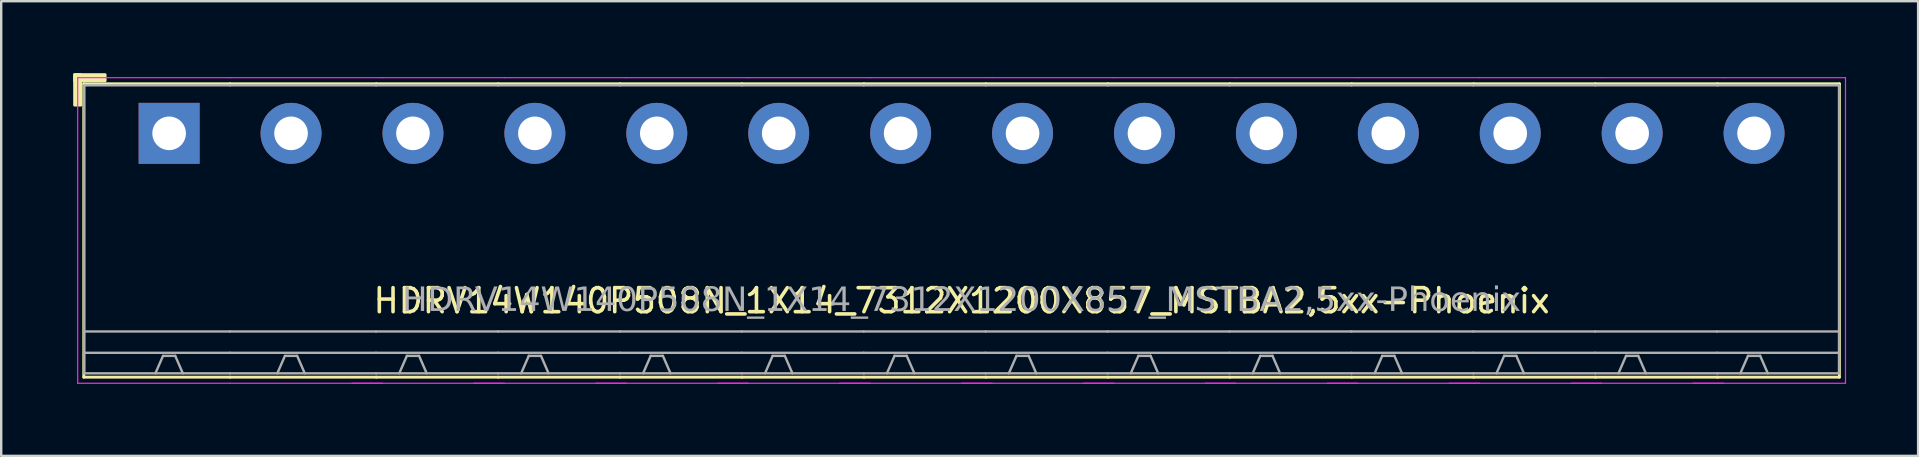
<source format=kicad_pcb>
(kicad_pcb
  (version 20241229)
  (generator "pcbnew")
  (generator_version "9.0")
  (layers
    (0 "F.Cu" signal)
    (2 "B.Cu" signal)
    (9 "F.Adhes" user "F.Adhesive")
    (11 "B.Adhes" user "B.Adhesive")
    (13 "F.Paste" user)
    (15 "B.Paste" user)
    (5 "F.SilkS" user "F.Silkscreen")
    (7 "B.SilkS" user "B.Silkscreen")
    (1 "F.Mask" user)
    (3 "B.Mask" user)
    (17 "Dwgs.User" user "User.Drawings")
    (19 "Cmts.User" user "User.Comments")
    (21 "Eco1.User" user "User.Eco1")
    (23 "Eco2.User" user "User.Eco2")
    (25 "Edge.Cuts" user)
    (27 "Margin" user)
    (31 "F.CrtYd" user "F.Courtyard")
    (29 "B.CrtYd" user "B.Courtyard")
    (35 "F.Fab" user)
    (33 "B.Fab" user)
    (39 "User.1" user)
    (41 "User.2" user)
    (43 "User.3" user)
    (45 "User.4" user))
  (footprint "HDRV14W140P508N_1X14_7312X1200X857_MSTBA2,5xx-Phoenix"
    (layer "F.Cu")
    (at 37.017 2.506)
    (property "Reference" "HDRV14W140P508N_1X14_7312X1200X857_MSTBA2,5xx-Phoenix" (at 0 6.975 0) (layer "F.SilkS") (effects (font (size 1 1) (thickness 0.15))))
    (attr through_hole)
    (fp_line (start -36.576 -2.065) (end -36.576 10.16) (stroke (width 0.12) (type solid)) (layer "F.SilkS"))
    (fp_line (start -36.576 10.16) (end -30.48 10.16) (stroke (width 0.12) (type solid)) (layer "F.SilkS"))
    (fp_line (start -30.48 -2.065) (end -36.576 -2.065) (stroke (width 0.12) (type solid)) (layer "F.SilkS"))
    (fp_line (start -30.48 -2.065) (end -24.384 -2.065) (stroke (width 0.12) (type solid)) (layer "F.SilkS"))
    (fp_line (start -24.384 -2.065) (end -19.304 -2.065) (stroke (width 0.12) (type solid)) (layer "F.SilkS"))
    (fp_line (start -24.384 10.16) (end -30.48 10.16) (stroke (width 0.12) (type solid)) (layer "F.SilkS"))
    (fp_line (start -19.304 -2.065) (end -14.224 -2.065) (stroke (width 0.12) (type solid)) (layer "F.SilkS"))
    (fp_line (start -19.304 10.16) (end -24.384 10.16) (stroke (width 0.12) (type solid)) (layer "F.SilkS"))
    (fp_line (start -14.224 -2.065) (end -9.144 -2.065) (stroke (width 0.12) (type solid)) (layer "F.SilkS"))
    (fp_line (start -14.224 10.16) (end -19.304 10.16) (stroke (width 0.12) (type solid)) (layer "F.SilkS"))
    (fp_line (start -9.144 -2.065) (end -4.064 -2.065) (stroke (width 0.12) (type solid)) (layer "F.SilkS"))
    (fp_line (start -9.144 10.16) (end -14.224 10.16) (stroke (width 0.12) (type solid)) (layer "F.SilkS"))
    (fp_line (start -4.064 -2.065) (end 1.016 -2.065) (stroke (width 0.12) (type solid)) (layer "F.SilkS"))
    (fp_line (start -4.064 10.16) (end -9.144 10.16) (stroke (width 0.12) (type solid)) (layer "F.SilkS"))
    (fp_line (start 1.016 -2.065) (end 6.096 -2.065) (stroke (width 0.12) (type solid)) (layer "F.SilkS"))
    (fp_line (start 1.016 10.16) (end -4.064 10.16) (stroke (width 0.12) (type solid)) (layer "F.SilkS"))
    (fp_line (start 6.096 -2.065) (end 11.176 -2.065) (stroke (width 0.12) (type solid)) (layer "F.SilkS"))
    (fp_line (start 6.096 10.16) (end 1.016 10.16) (stroke (width 0.12) (type solid)) (layer "F.SilkS"))
    (fp_line (start 11.176 -2.065) (end 16.256 -2.065) (stroke (width 0.12) (type solid)) (layer "F.SilkS"))
    (fp_line (start 11.176 10.16) (end 6.096 10.16) (stroke (width 0.12) (type solid)) (layer "F.SilkS"))
    (fp_line (start 16.256 -2.065) (end 21.336 -2.065) (stroke (width 0.12) (type solid)) (layer "F.SilkS"))
    (fp_line (start 16.256 10.16) (end 11.176 10.16) (stroke (width 0.12) (type solid)) (layer "F.SilkS"))
    (fp_line (start 21.336 -2.065) (end 26.416 -2.065) (stroke (width 0.12) (type solid)) (layer "F.SilkS"))
    (fp_line (start 21.336 10.16) (end 16.256 10.16) (stroke (width 0.12) (type solid)) (layer "F.SilkS"))
    (fp_line (start 26.416 -2.065) (end 31.496 -2.065) (stroke (width 0.12) (type solid)) (layer "F.SilkS"))
    (fp_line (start 26.416 10.16) (end 21.336 10.16) (stroke (width 0.12) (type solid)) (layer "F.SilkS"))
    (fp_line (start 31.496 -2.065) (end 36.576 -2.065) (stroke (width 0.12) (type solid)) (layer "F.SilkS"))
    (fp_line (start 31.496 10.16) (end 26.416 10.16) (stroke (width 0.12) (type solid)) (layer "F.SilkS"))
    (fp_line (start 36.576 -2.065) (end 36.576 10.16) (stroke (width 0.12) (type solid)) (layer "F.SilkS"))
    (fp_line (start 36.576 10.16) (end 31.496 10.16) (stroke (width 0.12) (type solid)) (layer "F.SilkS"))
    (fp_rect (start -36.957 -2.446) (end -36.703 -1.176) (stroke (width 0.12) (type solid)) (fill yes) (layer "F.SilkS"))
    (fp_rect (start -36.957 -2.446) (end -35.687 -2.192) (stroke (width 0.12) (type solid)) (fill yes) (layer "F.SilkS"))
    (fp_line (start -36.83 10.414) (end -36.83 -2.319) (stroke (width 0.05) (type solid)) (layer "F.CrtYd"))
    (fp_line (start -30.48 -2.319) (end -36.83 -2.319) (stroke (width 0.05) (type solid)) (layer "F.CrtYd"))
    (fp_line (start -30.48 -2.319) (end -24.13 -2.319) (stroke (width 0.05) (type solid)) (layer "F.CrtYd"))
    (fp_line (start -30.48 10.414) (end -36.83 10.414) (stroke (width 0.05) (type solid)) (layer "F.CrtYd"))
    (fp_line (start -30.48 10.414) (end -24.13 10.414) (stroke (width 0.05) (type solid)) (layer "F.CrtYd"))
    (fp_line (start -25.4 10.414) (end -19.05 10.414) (stroke (width 0.05) (type solid)) (layer "F.CrtYd"))
    (fp_line (start -24.13 -2.319) (end -19.05 -2.319) (stroke (width 0.05) (type solid)) (layer "F.CrtYd"))
    (fp_line (start -20.32 10.414) (end -13.97 10.414) (stroke (width 0.05) (type solid)) (layer "F.CrtYd"))
    (fp_line (start -19.05 -2.319) (end -13.97 -2.319) (stroke (width 0.05) (type solid)) (layer "F.CrtYd"))
    (fp_line (start -15.24 10.414) (end -8.89 10.414) (stroke (width 0.05) (type solid)) (layer "F.CrtYd"))
    (fp_line (start -13.97 -2.319) (end -8.89 -2.319) (stroke (width 0.05) (type solid)) (layer "F.CrtYd"))
    (fp_line (start -10.16 10.414) (end -3.81 10.414) (stroke (width 0.05) (type solid)) (layer "F.CrtYd"))
    (fp_line (start -8.89 -2.319) (end -3.81 -2.319) (stroke (width 0.05) (type solid)) (layer "F.CrtYd"))
    (fp_line (start -5.08 10.414) (end 1.27 10.414) (stroke (width 0.05) (type solid)) (layer "F.CrtYd"))
    (fp_line (start -3.81 -2.319) (end 1.27 -2.319) (stroke (width 0.05) (type solid)) (layer "F.CrtYd"))
    (fp_line (start 0 10.414) (end 6.35 10.414) (stroke (width 0.05) (type solid)) (layer "F.CrtYd"))
    (fp_line (start 1.27 -2.319) (end 6.35 -2.319) (stroke (width 0.05) (type solid)) (layer "F.CrtYd"))
    (fp_line (start 5.08 10.414) (end 11.43 10.414) (stroke (width 0.05) (type solid)) (layer "F.CrtYd"))
    (fp_line (start 6.35 -2.319) (end 11.43 -2.319) (stroke (width 0.05) (type solid)) (layer "F.CrtYd"))
    (fp_line (start 10.16 10.414) (end 16.51 10.414) (stroke (width 0.05) (type solid)) (layer "F.CrtYd"))
    (fp_line (start 11.43 -2.319) (end 16.51 -2.319) (stroke (width 0.05) (type solid)) (layer "F.CrtYd"))
    (fp_line (start 15.24 10.414) (end 21.59 10.414) (stroke (width 0.05) (type solid)) (layer "F.CrtYd"))
    (fp_line (start 16.51 -2.319) (end 21.59 -2.319) (stroke (width 0.05) (type solid)) (layer "F.CrtYd"))
    (fp_line (start 20.32 10.414) (end 26.67 10.414) (stroke (width 0.05) (type solid)) (layer "F.CrtYd"))
    (fp_line (start 21.59 -2.319) (end 26.67 -2.319) (stroke (width 0.05) (type solid)) (layer "F.CrtYd"))
    (fp_line (start 25.4 10.414) (end 31.75 10.414) (stroke (width 0.05) (type solid)) (layer "F.CrtYd"))
    (fp_line (start 26.67 -2.319) (end 31.75 -2.319) (stroke (width 0.05) (type solid)) (layer "F.CrtYd"))
    (fp_line (start 30.48 10.414) (end 36.83 10.414) (stroke (width 0.05) (type solid)) (layer "F.CrtYd"))
    (fp_line (start 31.75 -2.319) (end 36.83 -2.319) (stroke (width 0.05) (type solid)) (layer "F.CrtYd"))
    (fp_line (start 36.83 10.414) (end 36.83 -2.319) (stroke (width 0.05) (type solid)) (layer "F.CrtYd"))
    (fp_line (start -36.56 -2) (end -36.56 10) (stroke (width 0.1) (type solid)) (layer "F.Fab"))
    (fp_line (start -33.274 9.271) (end -33.592 10) (stroke (width 0.1) (type default)) (layer "F.Fab"))
    (fp_line (start -32.766 9.271) (end -33.274 9.271) (stroke (width 0.1) (type default)) (layer "F.Fab"))
    (fp_line (start -32.766 9.271) (end -32.449 10) (stroke (width 0.1) (type default)) (layer "F.Fab"))
    (fp_line (start -30.48 -2) (end -36.56 -2) (stroke (width 0.1) (type solid)) (layer "F.Fab"))
    (fp_line (start -30.48 -2) (end -24.4 -2) (stroke (width 0.1) (type solid)) (layer "F.Fab"))
    (fp_line (start -30.48 8.255) (end -36.56 8.255) (stroke (width 0.1) (type solid)) (layer "F.Fab"))
    (fp_line (start -30.48 8.255) (end -24.4 8.255) (stroke (width 0.1) (type solid)) (layer "F.Fab"))
    (fp_line (start -30.48 9.144) (end -36.56 9.144) (stroke (width 0.1) (type solid)) (layer "F.Fab"))
    (fp_line (start -30.48 9.144) (end -24.4 9.144) (stroke (width 0.1) (type solid)) (layer "F.Fab"))
    (fp_line (start -30.48 10) (end -36.56 10) (stroke (width 0.1) (type solid)) (layer "F.Fab"))
    (fp_line (start -30.48 10) (end -24.4 10) (stroke (width 0.1) (type solid)) (layer "F.Fab"))
    (fp_line (start -28.194 9.271) (end -28.512 10) (stroke (width 0.1) (type default)) (layer "F.Fab"))
    (fp_line (start -27.686 9.271) (end -28.194 9.271) (stroke (width 0.1) (type default)) (layer "F.Fab"))
    (fp_line (start -27.686 9.271) (end -27.369 10) (stroke (width 0.1) (type default)) (layer "F.Fab"))
    (fp_line (start -24.4 -2) (end -19.32 -2) (stroke (width 0.1) (type solid)) (layer "F.Fab"))
    (fp_line (start -24.4 8.255) (end -19.32 8.255) (stroke (width 0.1) (type solid)) (layer "F.Fab"))
    (fp_line (start -24.4 9.144) (end -19.32 9.144) (stroke (width 0.1) (type solid)) (layer "F.Fab"))
    (fp_line (start -24.4 10) (end -19.32 10) (stroke (width 0.1) (type solid)) (layer "F.Fab"))
    (fp_line (start -23.114 9.271) (end -23.431 10) (stroke (width 0.1) (type default)) (layer "F.Fab"))
    (fp_line (start -22.606 9.271) (end -23.114 9.271) (stroke (width 0.1) (type default)) (layer "F.Fab"))
    (fp_line (start -22.606 9.271) (end -22.288 10) (stroke (width 0.1) (type default)) (layer "F.Fab"))
    (fp_line (start -19.32 -2) (end -14.24 -2) (stroke (width 0.1) (type solid)) (layer "F.Fab"))
    (fp_line (start -19.32 8.255) (end -14.24 8.255) (stroke (width 0.1) (type solid)) (layer "F.Fab"))
    (fp_line (start -19.32 9.144) (end -14.24 9.144) (stroke (width 0.1) (type solid)) (layer "F.Fab"))
    (fp_line (start -19.32 10) (end -14.24 10) (stroke (width 0.1) (type solid)) (layer "F.Fab"))
    (fp_line (start -18.034 9.271) (end -18.352 10) (stroke (width 0.1) (type default)) (layer "F.Fab"))
    (fp_line (start -17.526 9.271) (end -18.034 9.271) (stroke (width 0.1) (type default)) (layer "F.Fab"))
    (fp_line (start -17.526 9.271) (end -17.209 10) (stroke (width 0.1) (type default)) (layer "F.Fab"))
    (fp_line (start -14.24 -2) (end -9.16 -2) (stroke (width 0.1) (type solid)) (layer "F.Fab"))
    (fp_line (start -14.24 8.255) (end -9.16 8.255) (stroke (width 0.1) (type solid)) (layer "F.Fab"))
    (fp_line (start -14.24 9.144) (end -9.16 9.144) (stroke (width 0.1) (type solid)) (layer "F.Fab"))
    (fp_line (start -14.24 10) (end -9.16 10) (stroke (width 0.1) (type solid)) (layer "F.Fab"))
    (fp_line (start -12.954 9.271) (end -13.271 10) (stroke (width 0.1) (type default)) (layer "F.Fab"))
    (fp_line (start -12.446 9.271) (end -12.954 9.271) (stroke (width 0.1) (type default)) (layer "F.Fab"))
    (fp_line (start -12.446 9.271) (end -12.129 10) (stroke (width 0.1) (type default)) (layer "F.Fab"))
    (fp_line (start -9.16 -2) (end -4.08 -2) (stroke (width 0.1) (type solid)) (layer "F.Fab"))
    (fp_line (start -9.16 8.255) (end -4.08 8.255) (stroke (width 0.1) (type solid)) (layer "F.Fab"))
    (fp_line (start -9.16 9.144) (end -4.08 9.144) (stroke (width 0.1) (type solid)) (layer "F.Fab"))
    (fp_line (start -9.16 10) (end -4.08 10) (stroke (width 0.1) (type solid)) (layer "F.Fab"))
    (fp_line (start -7.874 9.271) (end -8.191 10) (stroke (width 0.1) (type default)) (layer "F.Fab"))
    (fp_line (start -7.366 9.271) (end -7.874 9.271) (stroke (width 0.1) (type default)) (layer "F.Fab"))
    (fp_line (start -7.366 9.271) (end -7.048 10) (stroke (width 0.1) (type default)) (layer "F.Fab"))
    (fp_line (start -4.08 -2) (end 1 -2) (stroke (width 0.1) (type solid)) (layer "F.Fab"))
    (fp_line (start -4.08 8.255) (end 1 8.255) (stroke (width 0.1) (type solid)) (layer "F.Fab"))
    (fp_line (start -4.08 9.144) (end 1 9.144) (stroke (width 0.1) (type solid)) (layer "F.Fab"))
    (fp_line (start -4.08 10) (end 1 10) (stroke (width 0.1) (type solid)) (layer "F.Fab"))
    (fp_line (start -2.794 9.271) (end -3.111 10) (stroke (width 0.1) (type default)) (layer "F.Fab"))
    (fp_line (start -2.286 9.271) (end -2.794 9.271) (stroke (width 0.1) (type default)) (layer "F.Fab"))
    (fp_line (start -2.286 9.271) (end -1.968 10) (stroke (width 0.1) (type default)) (layer "F.Fab"))
    (fp_line (start 1 -2) (end 6.08 -2) (stroke (width 0.1) (type solid)) (layer "F.Fab"))
    (fp_line (start 1 8.255) (end 6.08 8.255) (stroke (width 0.1) (type solid)) (layer "F.Fab"))
    (fp_line (start 1 9.144) (end 6.08 9.144) (stroke (width 0.1) (type solid)) (layer "F.Fab"))
    (fp_line (start 1 10) (end 6.08 10) (stroke (width 0.1) (type solid)) (layer "F.Fab"))
    (fp_line (start 2.286 9.271) (end 1.968 10) (stroke (width 0.1) (type default)) (layer "F.Fab"))
    (fp_line (start 2.794 9.271) (end 2.286 9.271) (stroke (width 0.1) (type default)) (layer "F.Fab"))
    (fp_line (start 2.794 9.271) (end 3.111 10) (stroke (width 0.1) (type default)) (layer "F.Fab"))
    (fp_line (start 6.08 -2) (end 11.16 -2) (stroke (width 0.1) (type solid)) (layer "F.Fab"))
    (fp_line (start 6.08 8.255) (end 11.16 8.255) (stroke (width 0.1) (type solid)) (layer "F.Fab"))
    (fp_line (start 6.08 9.144) (end 11.16 9.144) (stroke (width 0.1) (type solid)) (layer "F.Fab"))
    (fp_line (start 6.08 10) (end 11.16 10) (stroke (width 0.1) (type solid)) (layer "F.Fab"))
    (fp_line (start 7.366 9.271) (end 7.048 10) (stroke (width 0.1) (type default)) (layer "F.Fab"))
    (fp_line (start 7.874 9.271) (end 7.366 9.271) (stroke (width 0.1) (type default)) (layer "F.Fab"))
    (fp_line (start 7.874 9.271) (end 8.191 10) (stroke (width 0.1) (type default)) (layer "F.Fab"))
    (fp_line (start 11.16 -2) (end 16.24 -2) (stroke (width 0.1) (type solid)) (layer "F.Fab"))
    (fp_line (start 11.16 8.255) (end 16.24 8.255) (stroke (width 0.1) (type solid)) (layer "F.Fab"))
    (fp_line (start 11.16 9.144) (end 16.24 9.144) (stroke (width 0.1) (type solid)) (layer "F.Fab"))
    (fp_line (start 11.16 10) (end 16.24 10) (stroke (width 0.1) (type solid)) (layer "F.Fab"))
    (fp_line (start 12.446 9.271) (end 12.129 10) (stroke (width 0.1) (type default)) (layer "F.Fab"))
    (fp_line (start 12.954 9.271) (end 12.446 9.271) (stroke (width 0.1) (type default)) (layer "F.Fab"))
    (fp_line (start 12.954 9.271) (end 13.271 10) (stroke (width 0.1) (type default)) (layer "F.Fab"))
    (fp_line (start 16.24 -2) (end 21.32 -2) (stroke (width 0.1) (type solid)) (layer "F.Fab"))
    (fp_line (start 16.24 8.255) (end 21.32 8.255) (stroke (width 0.1) (type solid)) (layer "F.Fab"))
    (fp_line (start 16.24 9.144) (end 21.32 9.144) (stroke (width 0.1) (type solid)) (layer "F.Fab"))
    (fp_line (start 16.24 10) (end 21.32 10) (stroke (width 0.1) (type solid)) (layer "F.Fab"))
    (fp_line (start 17.526 9.271) (end 17.209 10) (stroke (width 0.1) (type default)) (layer "F.Fab"))
    (fp_line (start 18.034 9.271) (end 17.526 9.271) (stroke (width 0.1) (type default)) (layer "F.Fab"))
    (fp_line (start 18.034 9.271) (end 18.352 10) (stroke (width 0.1) (type default)) (layer "F.Fab"))
    (fp_line (start 21.32 -2) (end 26.4 -2) (stroke (width 0.1) (type solid)) (layer "F.Fab"))
    (fp_line (start 21.32 8.255) (end 26.4 8.255) (stroke (width 0.1) (type solid)) (layer "F.Fab"))
    (fp_line (start 21.32 9.144) (end 26.4 9.144) (stroke (width 0.1) (type solid)) (layer "F.Fab"))
    (fp_line (start 21.32 10) (end 26.4 10) (stroke (width 0.1) (type solid)) (layer "F.Fab"))
    (fp_line (start 22.606 9.271) (end 22.288 10) (stroke (width 0.1) (type default)) (layer "F.Fab"))
    (fp_line (start 23.114 9.271) (end 22.606 9.271) (stroke (width 0.1) (type default)) (layer "F.Fab"))
    (fp_line (start 23.114 9.271) (end 23.431 10) (stroke (width 0.1) (type default)) (layer "F.Fab"))
    (fp_line (start 26.4 -2) (end 31.48 -2) (stroke (width 0.1) (type solid)) (layer "F.Fab"))
    (fp_line (start 26.4 8.255) (end 31.48 8.255) (stroke (width 0.1) (type solid)) (layer "F.Fab"))
    (fp_line (start 26.4 9.144) (end 31.48 9.144) (stroke (width 0.1) (type solid)) (layer "F.Fab"))
    (fp_line (start 26.4 10) (end 31.48 10) (stroke (width 0.1) (type solid)) (layer "F.Fab"))
    (fp_line (start 27.686 9.271) (end 27.369 10) (stroke (width 0.1) (type default)) (layer "F.Fab"))
    (fp_line (start 28.194 9.271) (end 27.686 9.271) (stroke (width 0.1) (type default)) (layer "F.Fab"))
    (fp_line (start 28.194 9.271) (end 28.512 10) (stroke (width 0.1) (type default)) (layer "F.Fab"))
    (fp_line (start 31.48 -2) (end 36.56 -2) (stroke (width 0.1) (type solid)) (layer "F.Fab"))
    (fp_line (start 31.48 8.255) (end 36.56 8.255) (stroke (width 0.1) (type solid)) (layer "F.Fab"))
    (fp_line (start 31.48 9.144) (end 36.56 9.144) (stroke (width 0.1) (type solid)) (layer "F.Fab"))
    (fp_line (start 31.48 10) (end 36.56 10) (stroke (width 0.1) (type solid)) (layer "F.Fab"))
    (fp_line (start 32.766 9.271) (end 32.449 10) (stroke (width 0.1) (type default)) (layer "F.Fab"))
    (fp_line (start 33.274 9.271) (end 32.766 9.271) (stroke (width 0.1) (type default)) (layer "F.Fab"))
    (fp_line (start 33.274 9.271) (end 33.592 10) (stroke (width 0.1) (type default)) (layer "F.Fab"))
    (fp_line (start 36.56 -2) (end 36.56 10) (stroke (width 0.1) (type solid)) (layer "F.Fab"))
    (fp_rect (start -33.274 -0.254) (end -32.766 0.254) (stroke (width 0.1) (type solid)) (fill no) (layer "F.Fab"))
    (fp_rect (start -27.686 -0.254) (end -28.194 0.254) (stroke (width 0.1) (type solid)) (fill no) (layer "F.Fab"))
    (fp_rect (start -22.606 -0.254) (end -23.114 0.254) (stroke (width 0.1) (type solid)) (fill no) (layer "F.Fab"))
    (fp_rect (start -17.526 -0.254) (end -18.034 0.254) (stroke (width 0.1) (type solid)) (fill no) (layer "F.Fab"))
    (fp_rect (start -12.446 -0.254) (end -12.954 0.254) (stroke (width 0.1) (type solid)) (fill no) (layer "F.Fab"))
    (fp_rect (start -7.366 -0.254) (end -7.874 0.254) (stroke (width 0.1) (type solid)) (fill no) (layer "F.Fab"))
    (fp_rect (start -2.286 -0.254) (end -2.794 0.254) (stroke (width 0.1) (type solid)) (fill no) (layer "F.Fab"))
    (fp_rect (start 2.794 -0.254) (end 2.286 0.254) (stroke (width 0.1) (type solid)) (fill no) (layer "F.Fab"))
    (fp_rect (start 7.874 -0.254) (end 7.366 0.254) (stroke (width 0.1) (type solid)) (fill no) (layer "F.Fab"))
    (fp_rect (start 12.954 -0.254) (end 12.446 0.254) (stroke (width 0.1) (type solid)) (fill no) (layer "F.Fab"))
    (fp_rect (start 18.034 -0.254) (end 17.526 0.254) (stroke (width 0.1) (type solid)) (fill no) (layer "F.Fab"))
    (fp_rect (start 23.114 -0.254) (end 22.606 0.254) (stroke (width 0.1) (type solid)) (fill no) (layer "F.Fab"))
    (fp_rect (start 28.194 -0.254) (end 27.686 0.254) (stroke (width 0.1) (type solid)) (fill no) (layer "F.Fab"))
    (fp_rect (start 33.274 -0.254) (end 32.766 0.254) (stroke (width 0.1) (type solid)) (fill no) (layer "F.Fab"))
    (fp_text user "${REFERENCE}" (at 0 6.985 0) (layer "F.Fab") (effects (font (face "Tahoma") (size 1 1) (thickness 0.15))))
    (pad "1" thru_hole rect (at -33.02 0) (size 2.54 2.54) (drill 1.4) (layers "*.Cu" "*.Mask"))
    (pad "2" thru_hole circle (at -27.94 0) (size 2.54 2.54) (drill 1.4) (layers "*.Cu" "*.Mask"))
    (pad "3" thru_hole circle (at -22.86 0) (size 2.54 2.54) (drill 1.4) (layers "*.Cu" "*.Mask"))
    (pad "4" thru_hole circle (at -17.78 0) (size 2.54 2.54) (drill 1.4) (layers "*.Cu" "*.Mask"))
    (pad "5" thru_hole circle (at -12.7 0) (size 2.54 2.54) (drill 1.4) (layers "*.Cu" "*.Mask"))
    (pad "6" thru_hole circle (at -7.62 0) (size 2.54 2.54) (drill 1.4) (layers "*.Cu" "*.Mask"))
    (pad "7" thru_hole circle (at -2.54 0) (size 2.54 2.54) (drill 1.4) (layers "*.Cu" "*.Mask"))
    (pad "8" thru_hole circle (at 2.54 0) (size 2.54 2.54) (drill 1.4) (layers "*.Cu" "*.Mask"))
    (pad "9" thru_hole circle (at 7.62 0) (size 2.54 2.54) (drill 1.4) (layers "*.Cu" "*.Mask"))
    (pad "10" thru_hole circle (at 12.7 0) (size 2.54 2.54) (drill 1.4) (layers "*.Cu" "*.Mask"))
    (pad "11" thru_hole circle (at 17.78 0) (size 2.54 2.54) (drill 1.4) (layers "*.Cu" "*.Mask"))
    (pad "12" thru_hole circle (at 22.86 0) (size 2.54 2.54) (drill 1.4) (layers "*.Cu" "*.Mask"))
    (pad "13" thru_hole circle (at 27.94 0) (size 2.54 2.54) (drill 1.4) (layers "*.Cu" "*.Mask"))
    (pad "14" thru_hole circle (at 33.02 0) (size 2.54 2.54) (drill 1.4) (layers "*.Cu" "*.Mask")))
  (gr_rect
    (start -3 -3)
    (end 76.872 15.945)
    (stroke (width 0.1) (type default))
    (fill no)
    (layer "Edge.Cuts")))
</source>
